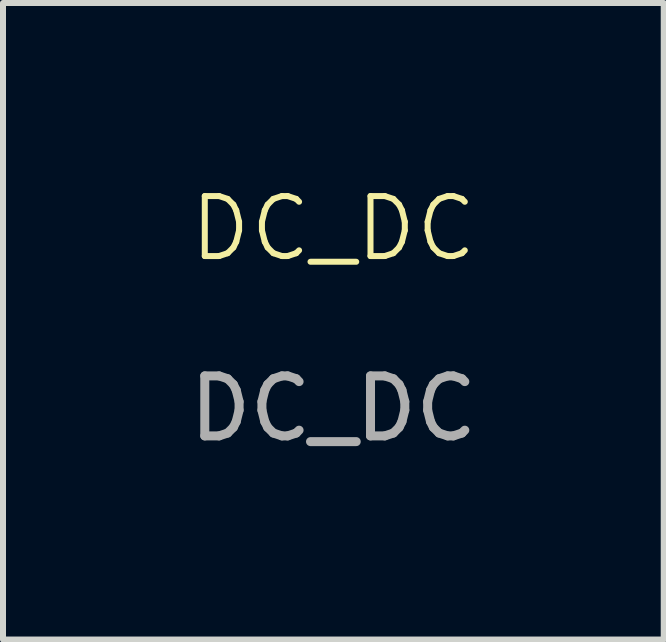
<source format=kicad_pcb>
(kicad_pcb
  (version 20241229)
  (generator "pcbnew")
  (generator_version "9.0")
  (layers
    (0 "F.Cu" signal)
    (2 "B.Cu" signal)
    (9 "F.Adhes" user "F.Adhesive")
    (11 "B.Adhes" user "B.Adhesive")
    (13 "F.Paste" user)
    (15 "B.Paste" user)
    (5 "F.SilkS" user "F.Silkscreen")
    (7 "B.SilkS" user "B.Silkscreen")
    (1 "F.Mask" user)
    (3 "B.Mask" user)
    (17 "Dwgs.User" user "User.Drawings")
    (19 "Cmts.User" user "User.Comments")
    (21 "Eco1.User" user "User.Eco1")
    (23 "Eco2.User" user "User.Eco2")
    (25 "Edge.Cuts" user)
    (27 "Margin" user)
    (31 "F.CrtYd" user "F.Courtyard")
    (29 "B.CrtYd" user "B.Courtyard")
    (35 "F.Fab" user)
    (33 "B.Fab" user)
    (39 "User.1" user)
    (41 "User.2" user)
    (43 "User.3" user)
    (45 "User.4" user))
  (footprint "DC_DC"
    (layer "F.Cu")
    (at 2.506 1.26)
    (property "Reference" "DC_DC" (at 0 -0.5 0) (unlocked yes) (layer "F.SilkS") (effects (font (size 1 1) (thickness 0.1))))
    (attr smd)
    (fp_text user "${REFERENCE}" (at 0 2.5 0) (unlocked yes) (layer "F.Fab") (effects (font (size 1 1) (thickness 0.15)))))
  (gr_rect
    (start -3 -3)
    (end 8.012 7.609)
    (stroke (width 0.1) (type default))
    (fill no)
    (layer "Edge.Cuts")))
</source>
